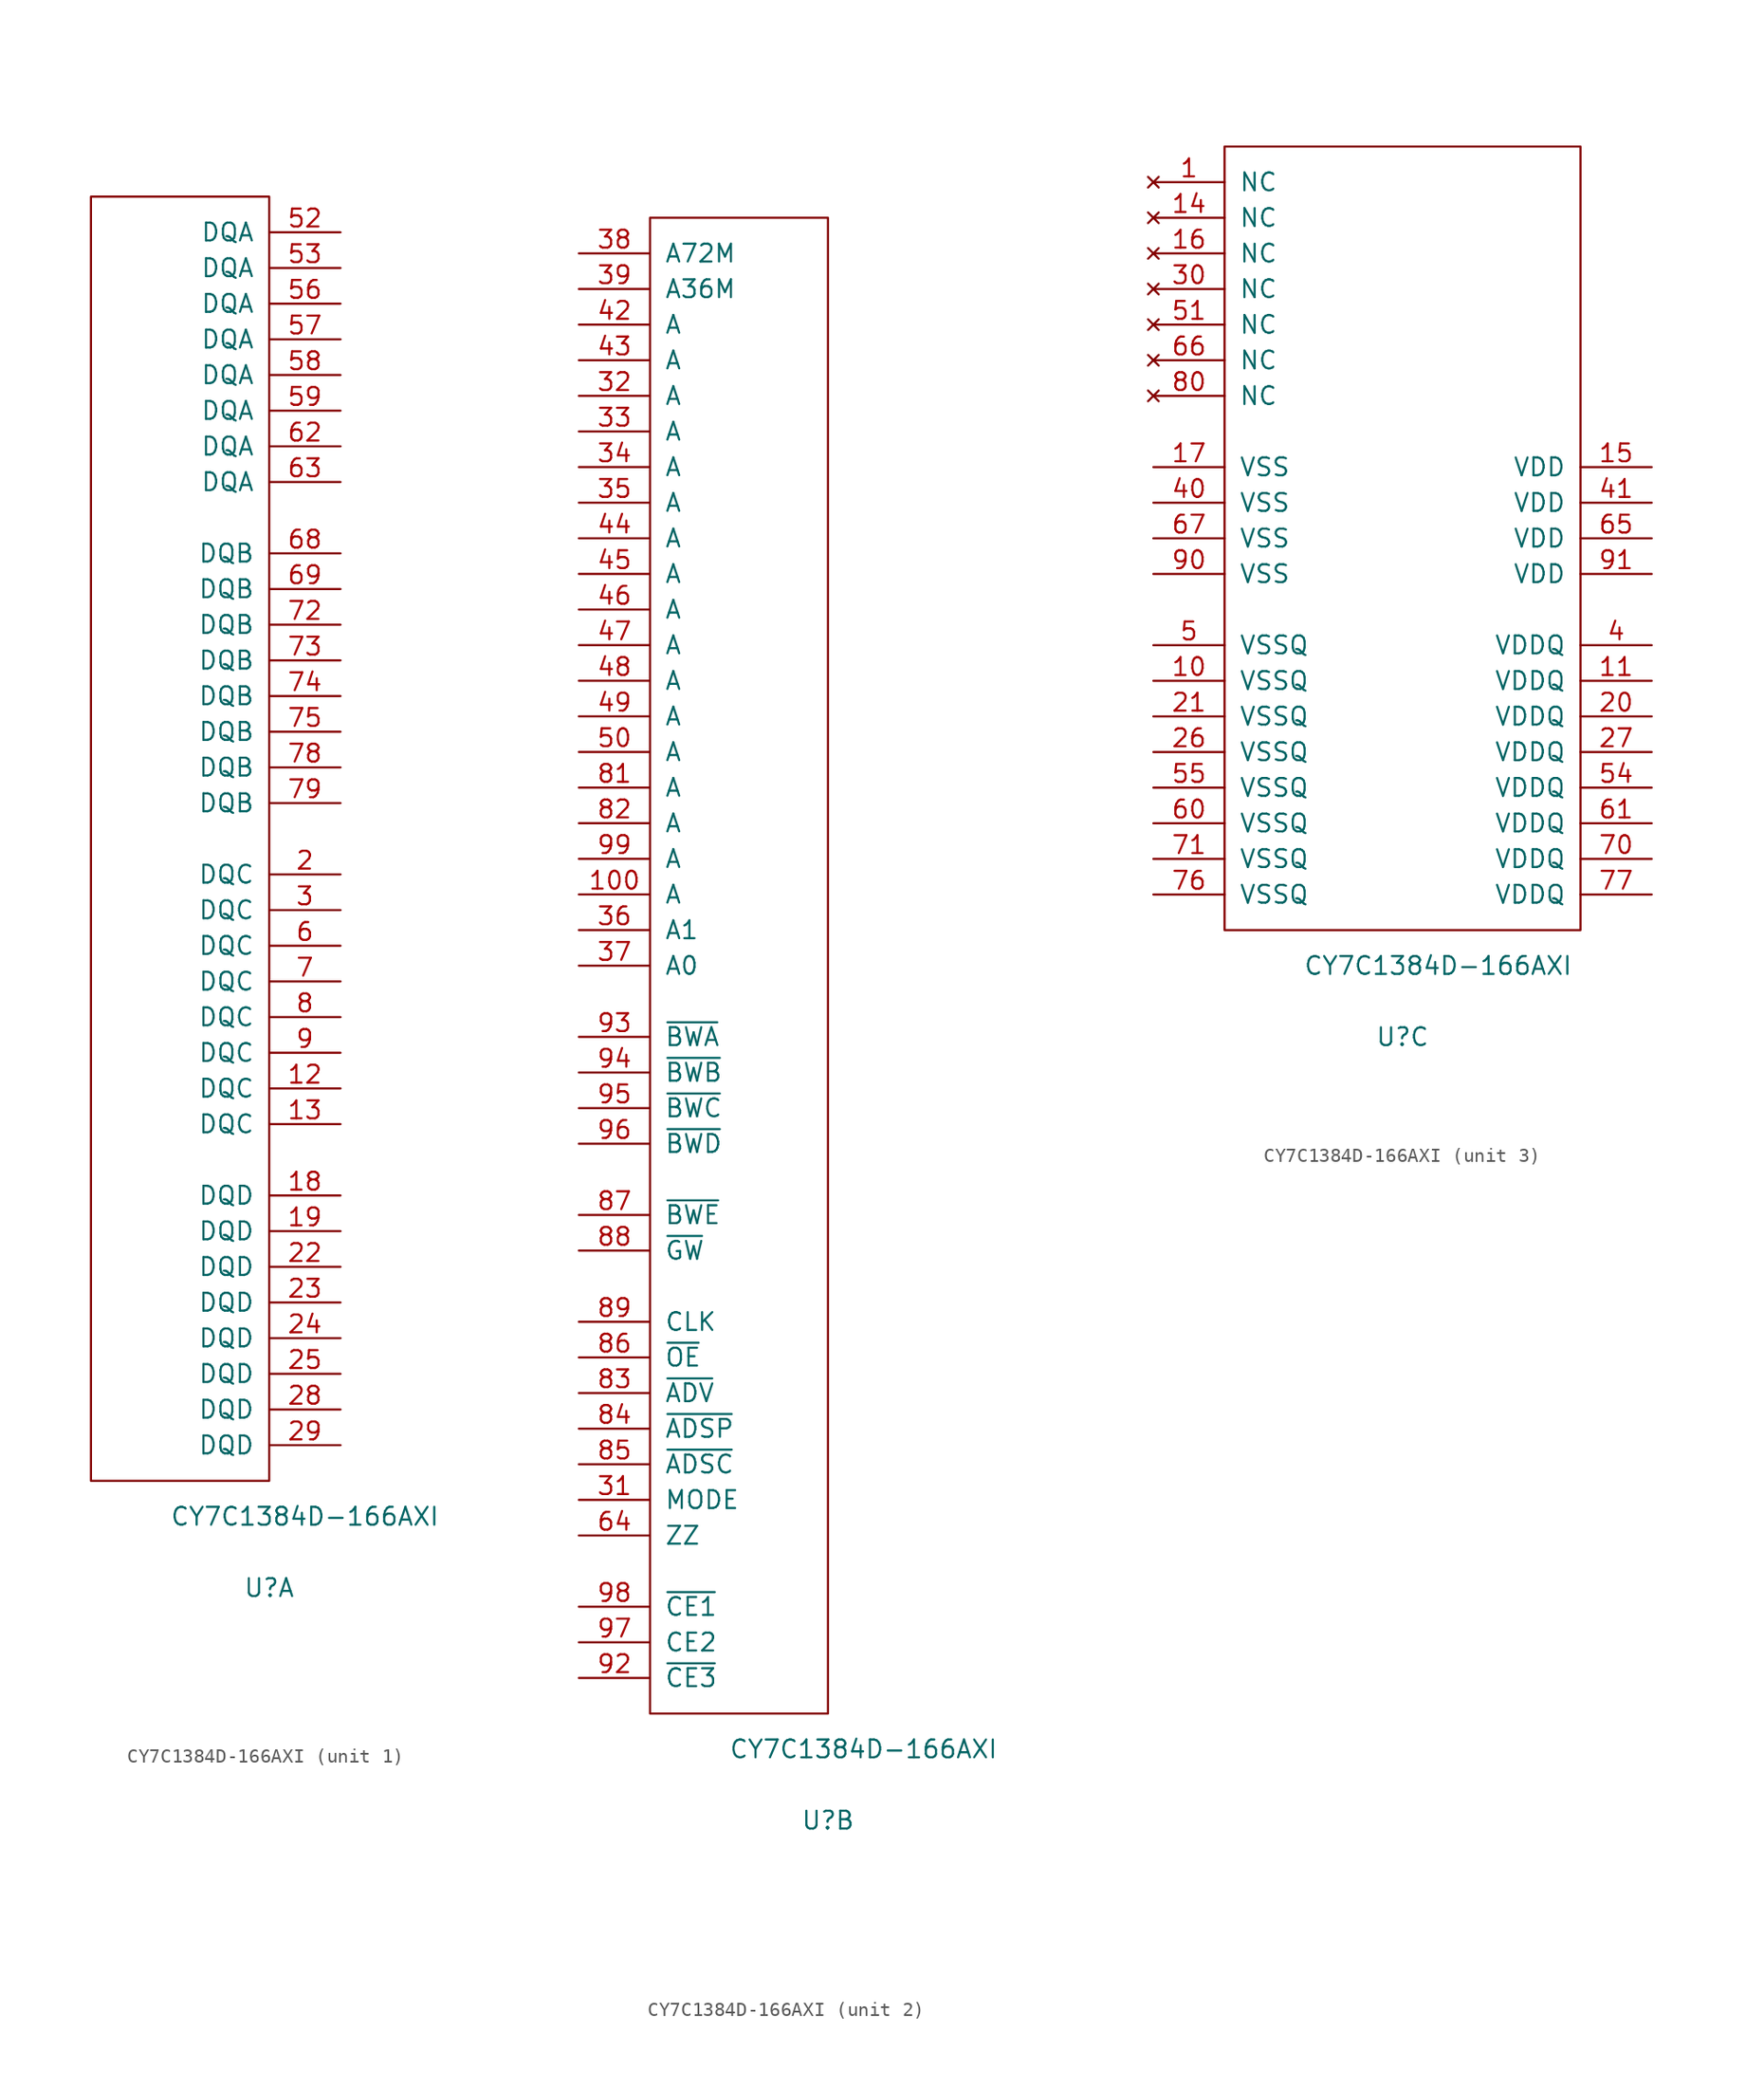
<source format=kicad_sym>
(kicad_symbol_lib
  (version 20220914)
  (generator kicad_symbol_editor)
  (symbol "CY7C1384D-166AXI"
    (pin_names
      (offset 1.016))
    (property "Reference" "U"
      (at 12.7 -7.62 0)
      (effects (font (size 1.27 1.27))))
    (property "Value" "CY7C1384D-166AXI"
      (at 15.24 -2.54 0)
      (effects (font (size 1.27 1.27))))
    (property "ki_locked" ""
      (at 0 0 0)
      (effects (font (size 1.27 1.27))))
    (symbol "CY7C1384D-166AXI_1_1"
      (rectangle (start 0 91.44) (end 12.7 0) (stroke (width 0) (type solid)) (fill (type none)))
      (pin bidirectional line (at 17.78 27.94 180) (length 5.08) (name "DQC" (effects (font (size 1.27 1.27)))) (number "12" (effects (font (size 1.27 1.27)))))
      (pin bidirectional line (at 17.78 25.4 180) (length 5.08) (name "DQC" (effects (font (size 1.27 1.27)))) (number "13" (effects (font (size 1.27 1.27)))))
      (pin bidirectional line (at 17.78 20.32 180) (length 5.08) (name "DQD" (effects (font (size 1.27 1.27)))) (number "18" (effects (font (size 1.27 1.27)))))
      (pin bidirectional line (at 17.78 17.78 180) (length 5.08) (name "DQD" (effects (font (size 1.27 1.27)))) (number "19" (effects (font (size 1.27 1.27)))))
      (pin bidirectional line (at 17.78 43.18 180) (length 5.08) (name "DQC" (effects (font (size 1.27 1.27)))) (number "2" (effects (font (size 1.27 1.27)))))
      (pin bidirectional line (at 17.78 15.24 180) (length 5.08) (name "DQD" (effects (font (size 1.27 1.27)))) (number "22" (effects (font (size 1.27 1.27)))))
      (pin bidirectional line (at 17.78 12.7 180) (length 5.08) (name "DQD" (effects (font (size 1.27 1.27)))) (number "23" (effects (font (size 1.27 1.27)))))
      (pin bidirectional line (at 17.78 10.16 180) (length 5.08) (name "DQD" (effects (font (size 1.27 1.27)))) (number "24" (effects (font (size 1.27 1.27)))))
      (pin bidirectional line (at 17.78 7.62 180) (length 5.08) (name "DQD" (effects (font (size 1.27 1.27)))) (number "25" (effects (font (size 1.27 1.27)))))
      (pin bidirectional line (at 17.78 5.08 180) (length 5.08) (name "DQD" (effects (font (size 1.27 1.27)))) (number "28" (effects (font (size 1.27 1.27)))))
      (pin bidirectional line (at 17.78 2.54 180) (length 5.08) (name "DQD" (effects (font (size 1.27 1.27)))) (number "29" (effects (font (size 1.27 1.27)))))
      (pin bidirectional line (at 17.78 40.64 180) (length 5.08) (name "DQC" (effects (font (size 1.27 1.27)))) (number "3" (effects (font (size 1.27 1.27)))))
      (pin bidirectional line (at 17.78 88.9 180) (length 5.08) (name "DQA" (effects (font (size 1.27 1.27)))) (number "52" (effects (font (size 1.27 1.27)))))
      (pin bidirectional line (at 17.78 86.36 180) (length 5.08) (name "DQA" (effects (font (size 1.27 1.27)))) (number "53" (effects (font (size 1.27 1.27)))))
      (pin bidirectional line (at 17.78 83.82 180) (length 5.08) (name "DQA" (effects (font (size 1.27 1.27)))) (number "56" (effects (font (size 1.27 1.27)))))
      (pin bidirectional line (at 17.78 81.28 180) (length 5.08) (name "DQA" (effects (font (size 1.27 1.27)))) (number "57" (effects (font (size 1.27 1.27)))))
      (pin bidirectional line (at 17.78 78.74 180) (length 5.08) (name "DQA" (effects (font (size 1.27 1.27)))) (number "58" (effects (font (size 1.27 1.27)))))
      (pin bidirectional line (at 17.78 76.2 180) (length 5.08) (name "DQA" (effects (font (size 1.27 1.27)))) (number "59" (effects (font (size 1.27 1.27)))))
      (pin bidirectional line (at 17.78 38.1 180) (length 5.08) (name "DQC" (effects (font (size 1.27 1.27)))) (number "6" (effects (font (size 1.27 1.27)))))
      (pin bidirectional line (at 17.78 73.66 180) (length 5.08) (name "DQA" (effects (font (size 1.27 1.27)))) (number "62" (effects (font (size 1.27 1.27)))))
      (pin bidirectional line (at 17.78 71.12 180) (length 5.08) (name "DQA" (effects (font (size 1.27 1.27)))) (number "63" (effects (font (size 1.27 1.27)))))
      (pin bidirectional line (at 17.78 66.04 180) (length 5.08) (name "DQB" (effects (font (size 1.27 1.27)))) (number "68" (effects (font (size 1.27 1.27)))))
      (pin bidirectional line (at 17.78 63.5 180) (length 5.08) (name "DQB" (effects (font (size 1.27 1.27)))) (number "69" (effects (font (size 1.27 1.27)))))
      (pin bidirectional line (at 17.78 35.56 180) (length 5.08) (name "DQC" (effects (font (size 1.27 1.27)))) (number "7" (effects (font (size 1.27 1.27)))))
      (pin bidirectional line (at 17.78 60.96 180) (length 5.08) (name "DQB" (effects (font (size 1.27 1.27)))) (number "72" (effects (font (size 1.27 1.27)))))
      (pin bidirectional line (at 17.78 58.42 180) (length 5.08) (name "DQB" (effects (font (size 1.27 1.27)))) (number "73" (effects (font (size 1.27 1.27)))))
      (pin bidirectional line (at 17.78 55.88 180) (length 5.08) (name "DQB" (effects (font (size 1.27 1.27)))) (number "74" (effects (font (size 1.27 1.27)))))
      (pin bidirectional line (at 17.78 53.34 180) (length 5.08) (name "DQB" (effects (font (size 1.27 1.27)))) (number "75" (effects (font (size 1.27 1.27)))))
      (pin bidirectional line (at 17.78 50.8 180) (length 5.08) (name "DQB" (effects (font (size 1.27 1.27)))) (number "78" (effects (font (size 1.27 1.27)))))
      (pin bidirectional line (at 17.78 48.26 180) (length 5.08) (name "DQB" (effects (font (size 1.27 1.27)))) (number "79" (effects (font (size 1.27 1.27)))))
      (pin bidirectional line (at 17.78 33.02 180) (length 5.08) (name "DQC" (effects (font (size 1.27 1.27)))) (number "8" (effects (font (size 1.27 1.27)))))
      (pin bidirectional line (at 17.78 30.48 180) (length 5.08) (name "DQC" (effects (font (size 1.27 1.27)))) (number "9" (effects (font (size 1.27 1.27))))))
    (symbol "CY7C1384D-166AXI_2_1"
      (rectangle (start 0 0) (end 12.7 106.68) (stroke (width 0) (type solid)) (fill (type none)))
      (pin input line (at -5.08 58.42 0) (length 5.08) (name "A" (effects (font (size 1.27 1.27)))) (number "100" (effects (font (size 1.27 1.27)))))
      (pin input line (at -5.08 15.24 0) (length 5.08) (name "MODE" (effects (font (size 1.27 1.27)))) (number "31" (effects (font (size 1.27 1.27)))))
      (pin input line (at -5.08 93.98 0) (length 5.08) (name "A" (effects (font (size 1.27 1.27)))) (number "32" (effects (font (size 1.27 1.27)))))
      (pin input line (at -5.08 91.44 0) (length 5.08) (name "A" (effects (font (size 1.27 1.27)))) (number "33" (effects (font (size 1.27 1.27)))))
      (pin input line (at -5.08 88.9 0) (length 5.08) (name "A" (effects (font (size 1.27 1.27)))) (number "34" (effects (font (size 1.27 1.27)))))
      (pin input line (at -5.08 86.36 0) (length 5.08) (name "A" (effects (font (size 1.27 1.27)))) (number "35" (effects (font (size 1.27 1.27)))))
      (pin input line (at -5.08 55.88 0) (length 5.08) (name "A1" (effects (font (size 1.27 1.27)))) (number "36" (effects (font (size 1.27 1.27)))))
      (pin input line (at -5.08 53.34 0) (length 5.08) (name "A0" (effects (font (size 1.27 1.27)))) (number "37" (effects (font (size 1.27 1.27)))))
      (pin input line (at -5.08 104.14 0) (length 5.08) (name "A72M" (effects (font (size 1.27 1.27)))) (number "38" (effects (font (size 1.27 1.27)))))
      (pin input line (at -5.08 101.6 0) (length 5.08) (name "A36M" (effects (font (size 1.27 1.27)))) (number "39" (effects (font (size 1.27 1.27)))))
      (pin input line (at -5.08 99.06 0) (length 5.08) (name "A" (effects (font (size 1.27 1.27)))) (number "42" (effects (font (size 1.27 1.27)))))
      (pin input line (at -5.08 96.52 0) (length 5.08) (name "A" (effects (font (size 1.27 1.27)))) (number "43" (effects (font (size 1.27 1.27)))))
      (pin input line (at -5.08 83.82 0) (length 5.08) (name "A" (effects (font (size 1.27 1.27)))) (number "44" (effects (font (size 1.27 1.27)))))
      (pin input line (at -5.08 81.28 0) (length 5.08) (name "A" (effects (font (size 1.27 1.27)))) (number "45" (effects (font (size 1.27 1.27)))))
      (pin input line (at -5.08 78.74 0) (length 5.08) (name "A" (effects (font (size 1.27 1.27)))) (number "46" (effects (font (size 1.27 1.27)))))
      (pin input line (at -5.08 76.2 0) (length 5.08) (name "A" (effects (font (size 1.27 1.27)))) (number "47" (effects (font (size 1.27 1.27)))))
      (pin input line (at -5.08 73.66 0) (length 5.08) (name "A" (effects (font (size 1.27 1.27)))) (number "48" (effects (font (size 1.27 1.27)))))
      (pin input line (at -5.08 71.12 0) (length 5.08) (name "A" (effects (font (size 1.27 1.27)))) (number "49" (effects (font (size 1.27 1.27)))))
      (pin input line (at -5.08 68.58 0) (length 5.08) (name "A" (effects (font (size 1.27 1.27)))) (number "50" (effects (font (size 1.27 1.27)))))
      (pin input line (at -5.08 12.7 0) (length 5.08) (name "ZZ" (effects (font (size 1.27 1.27)))) (number "64" (effects (font (size 1.27 1.27)))))
      (pin input line (at -5.08 66.04 0) (length 5.08) (name "A" (effects (font (size 1.27 1.27)))) (number "81" (effects (font (size 1.27 1.27)))))
      (pin input line (at -5.08 63.5 0) (length 5.08) (name "A" (effects (font (size 1.27 1.27)))) (number "82" (effects (font (size 1.27 1.27)))))
      (pin input line (at -5.08 22.86 0) (length 5.08) (name "~{ADV}" (effects (font (size 1.27 1.27)))) (number "83" (effects (font (size 1.27 1.27)))))
      (pin input line (at -5.08 20.32 0) (length 5.08) (name "~{ADSP}" (effects (font (size 1.27 1.27)))) (number "84" (effects (font (size 1.27 1.27)))))
      (pin input line (at -5.08 17.78 0) (length 5.08) (name "~{ADSC}" (effects (font (size 1.27 1.27)))) (number "85" (effects (font (size 1.27 1.27)))))
      (pin input line (at -5.08 25.4 0) (length 5.08) (name "~{OE}" (effects (font (size 1.27 1.27)))) (number "86" (effects (font (size 1.27 1.27)))))
      (pin input line (at -5.08 35.56 0) (length 5.08) (name "~{BWE}" (effects (font (size 1.27 1.27)))) (number "87" (effects (font (size 1.27 1.27)))))
      (pin input line (at -5.08 33.02 0) (length 5.08) (name "~{GW}" (effects (font (size 1.27 1.27)))) (number "88" (effects (font (size 1.27 1.27)))))
      (pin input line (at -5.08 27.94 0) (length 5.08) (name "CLK" (effects (font (size 1.27 1.27)))) (number "89" (effects (font (size 1.27 1.27)))))
      (pin input line (at -5.08 2.54 0) (length 5.08) (name "~{CE3}" (effects (font (size 1.27 1.27)))) (number "92" (effects (font (size 1.27 1.27)))))
      (pin input line (at -5.08 48.26 0) (length 5.08) (name "~{BWA}" (effects (font (size 1.27 1.27)))) (number "93" (effects (font (size 1.27 1.27)))))
      (pin input line (at -5.08 45.72 0) (length 5.08) (name "~{BWB}" (effects (font (size 1.27 1.27)))) (number "94" (effects (font (size 1.27 1.27)))))
      (pin input line (at -5.08 43.18 0) (length 5.08) (name "~{BWC}" (effects (font (size 1.27 1.27)))) (number "95" (effects (font (size 1.27 1.27)))))
      (pin input line (at -5.08 40.64 0) (length 5.08) (name "~{BWD}" (effects (font (size 1.27 1.27)))) (number "96" (effects (font (size 1.27 1.27)))))
      (pin input line (at -5.08 5.08 0) (length 5.08) (name "CE2" (effects (font (size 1.27 1.27)))) (number "97" (effects (font (size 1.27 1.27)))))
      (pin input line (at -5.08 7.62 0) (length 5.08) (name "~{CE1}" (effects (font (size 1.27 1.27)))) (number "98" (effects (font (size 1.27 1.27)))))
      (pin input line (at -5.08 60.96 0) (length 5.08) (name "A" (effects (font (size 1.27 1.27)))) (number "99" (effects (font (size 1.27 1.27))))))
    (symbol "CY7C1384D-166AXI_3_1"
      (rectangle (start 0 0) (end 25.4 55.88) (stroke (width 0) (type solid)) (fill (type none)))
      (pin no_connect line (at -5.08 53.34 0) (length 5.08) (name "NC" (effects (font (size 1.27 1.27)))) (number "1" (effects (font (size 1.27 1.27)))))
      (pin power_in line (at -5.08 17.78 0) (length 5.08) (name "VSSQ" (effects (font (size 1.27 1.27)))) (number "10" (effects (font (size 1.27 1.27)))))
      (pin power_in line (at 30.48 17.78 180) (length 5.08) (name "VDDQ" (effects (font (size 1.27 1.27)))) (number "11" (effects (font (size 1.27 1.27)))))
      (pin no_connect line (at -5.08 50.8 0) (length 5.08) (name "NC" (effects (font (size 1.27 1.27)))) (number "14" (effects (font (size 1.27 1.27)))))
      (pin power_in line (at 30.48 33.02 180) (length 5.08) (name "VDD" (effects (font (size 1.27 1.27)))) (number "15" (effects (font (size 1.27 1.27)))))
      (pin no_connect line (at -5.08 48.26 0) (length 5.08) (name "NC" (effects (font (size 1.27 1.27)))) (number "16" (effects (font (size 1.27 1.27)))))
      (pin power_in line (at -5.08 33.02 0) (length 5.08) (name "VSS" (effects (font (size 1.27 1.27)))) (number "17" (effects (font (size 1.27 1.27)))))
      (pin power_in line (at 30.48 15.24 180) (length 5.08) (name "VDDQ" (effects (font (size 1.27 1.27)))) (number "20" (effects (font (size 1.27 1.27)))))
      (pin power_in line (at -5.08 15.24 0) (length 5.08) (name "VSSQ" (effects (font (size 1.27 1.27)))) (number "21" (effects (font (size 1.27 1.27)))))
      (pin power_in line (at -5.08 12.7 0) (length 5.08) (name "VSSQ" (effects (font (size 1.27 1.27)))) (number "26" (effects (font (size 1.27 1.27)))))
      (pin power_in line (at 30.48 12.7 180) (length 5.08) (name "VDDQ" (effects (font (size 1.27 1.27)))) (number "27" (effects (font (size 1.27 1.27)))))
      (pin no_connect line (at -5.08 45.72 0) (length 5.08) (name "NC" (effects (font (size 1.27 1.27)))) (number "30" (effects (font (size 1.27 1.27)))))
      (pin power_in line (at 30.48 20.32 180) (length 5.08) (name "VDDQ" (effects (font (size 1.27 1.27)))) (number "4" (effects (font (size 1.27 1.27)))))
      (pin power_in line (at -5.08 30.48 0) (length 5.08) (name "VSS" (effects (font (size 1.27 1.27)))) (number "40" (effects (font (size 1.27 1.27)))))
      (pin power_in line (at 30.48 30.48 180) (length 5.08) (name "VDD" (effects (font (size 1.27 1.27)))) (number "41" (effects (font (size 1.27 1.27)))))
      (pin power_in line (at -5.08 20.32 0) (length 5.08) (name "VSSQ" (effects (font (size 1.27 1.27)))) (number "5" (effects (font (size 1.27 1.27)))))
      (pin no_connect line (at -5.08 43.18 0) (length 5.08) (name "NC" (effects (font (size 1.27 1.27)))) (number "51" (effects (font (size 1.27 1.27)))))
      (pin power_in line (at 30.48 10.16 180) (length 5.08) (name "VDDQ" (effects (font (size 1.27 1.27)))) (number "54" (effects (font (size 1.27 1.27)))))
      (pin power_in line (at -5.08 10.16 0) (length 5.08) (name "VSSQ" (effects (font (size 1.27 1.27)))) (number "55" (effects (font (size 1.27 1.27)))))
      (pin power_in line (at -5.08 7.62 0) (length 5.08) (name "VSSQ" (effects (font (size 1.27 1.27)))) (number "60" (effects (font (size 1.27 1.27)))))
      (pin power_in line (at 30.48 7.62 180) (length 5.08) (name "VDDQ" (effects (font (size 1.27 1.27)))) (number "61" (effects (font (size 1.27 1.27)))))
      (pin power_in line (at 30.48 27.94 180) (length 5.08) (name "VDD" (effects (font (size 1.27 1.27)))) (number "65" (effects (font (size 1.27 1.27)))))
      (pin no_connect line (at -5.08 40.64 0) (length 5.08) (name "NC" (effects (font (size 1.27 1.27)))) (number "66" (effects (font (size 1.27 1.27)))))
      (pin power_in line (at -5.08 27.94 0) (length 5.08) (name "VSS" (effects (font (size 1.27 1.27)))) (number "67" (effects (font (size 1.27 1.27)))))
      (pin power_in line (at 30.48 5.08 180) (length 5.08) (name "VDDQ" (effects (font (size 1.27 1.27)))) (number "70" (effects (font (size 1.27 1.27)))))
      (pin power_in line (at -5.08 5.08 0) (length 5.08) (name "VSSQ" (effects (font (size 1.27 1.27)))) (number "71" (effects (font (size 1.27 1.27)))))
      (pin power_in line (at -5.08 2.54 0) (length 5.08) (name "VSSQ" (effects (font (size 1.27 1.27)))) (number "76" (effects (font (size 1.27 1.27)))))
      (pin power_in line (at 30.48 2.54 180) (length 5.08) (name "VDDQ" (effects (font (size 1.27 1.27)))) (number "77" (effects (font (size 1.27 1.27)))))
      (pin no_connect line (at -5.08 38.1 0) (length 5.08) (name "NC" (effects (font (size 1.27 1.27)))) (number "80" (effects (font (size 1.27 1.27)))))
      (pin power_in line (at -5.08 25.4 0) (length 5.08) (name "VSS" (effects (font (size 1.27 1.27)))) (number "90" (effects (font (size 1.27 1.27)))))
      (pin power_in line (at 30.48 25.4 180) (length 5.08) (name "VDD" (effects (font (size 1.27 1.27)))) (number "91" (effects (font (size 1.27 1.27))))))))
</source>
